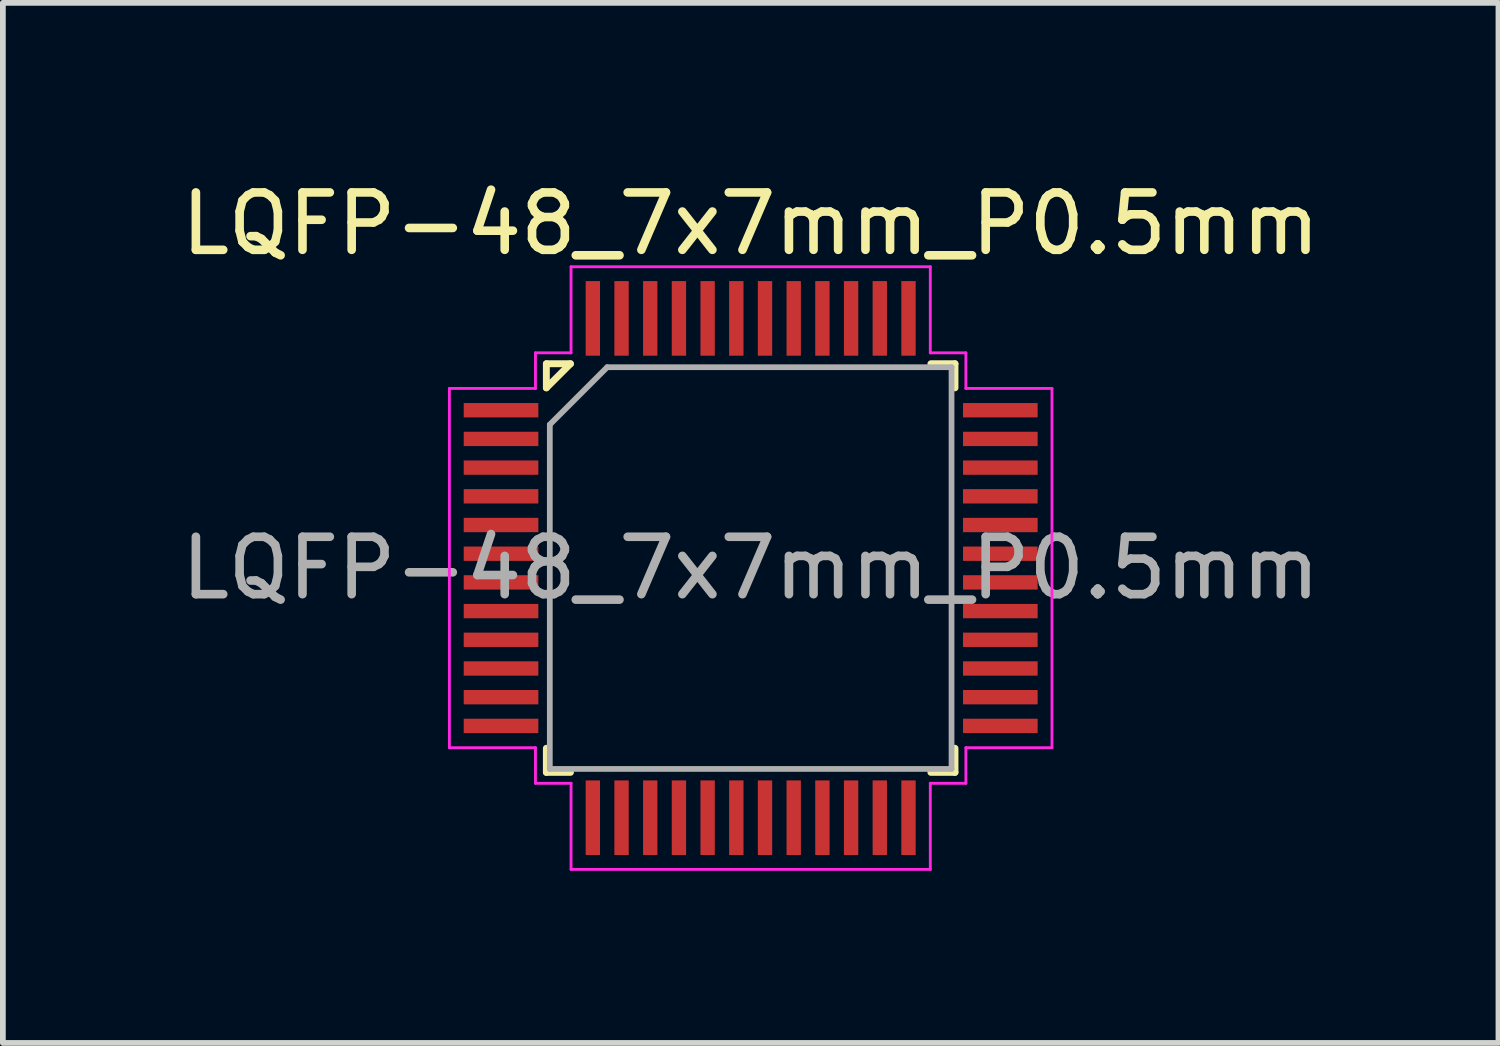
<source format=kicad_pcb>
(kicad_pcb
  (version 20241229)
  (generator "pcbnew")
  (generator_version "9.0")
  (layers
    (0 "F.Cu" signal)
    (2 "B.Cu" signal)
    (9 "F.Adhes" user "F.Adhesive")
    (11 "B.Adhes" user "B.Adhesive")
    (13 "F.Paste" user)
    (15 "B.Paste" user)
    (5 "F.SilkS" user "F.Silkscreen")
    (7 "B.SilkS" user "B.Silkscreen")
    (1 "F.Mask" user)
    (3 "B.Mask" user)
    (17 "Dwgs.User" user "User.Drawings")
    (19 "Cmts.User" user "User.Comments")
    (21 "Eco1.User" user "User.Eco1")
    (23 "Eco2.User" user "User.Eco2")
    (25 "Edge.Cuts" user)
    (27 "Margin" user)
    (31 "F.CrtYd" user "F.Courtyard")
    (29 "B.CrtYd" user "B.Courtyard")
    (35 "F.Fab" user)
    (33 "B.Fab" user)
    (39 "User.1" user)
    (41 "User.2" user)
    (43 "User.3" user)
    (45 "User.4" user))
  (footprint "LQFP-48_7x7mm_P0.5mm"
    (layer "F.Cu")
    (at 10.03 6.848)
    (property "Reference" "LQFP-48_7x7mm_P0.5mm" (at 0 -6 0) (layer "F.SilkS") (effects (font (size 1 1) (thickness 0.15))))
    (attr smd)
    (fp_line (start -3.56 -3.56) (end -3.56 -3.14) (stroke (width 0.12) (type solid)) (layer "F.SilkS"))
    (fp_line (start -3.56 -3.56) (end -3.14 -3.56) (stroke (width 0.12) (type solid)) (layer "F.SilkS"))
    (fp_line (start -3.56 -3.14) (end -3.14 -3.56) (stroke (width 0.12) (type solid)) (layer "F.SilkS"))
    (fp_line (start -3.56 3.56) (end -3.56 3.14) (stroke (width 0.12) (type solid)) (layer "F.SilkS"))
    (fp_line (start -3.56 3.56) (end -3.14 3.56) (stroke (width 0.12) (type solid)) (layer "F.SilkS"))
    (fp_line (start 3.56 -3.56) (end 3.14 -3.56) (stroke (width 0.12) (type solid)) (layer "F.SilkS"))
    (fp_line (start 3.56 -3.56) (end 3.56 -3.14) (stroke (width 0.12) (type solid)) (layer "F.SilkS"))
    (fp_line (start 3.56 3.56) (end 3.14 3.56) (stroke (width 0.12) (type solid)) (layer "F.SilkS"))
    (fp_line (start 3.56 3.56) (end 3.56 3.14) (stroke (width 0.12) (type solid)) (layer "F.SilkS"))
    (fp_line (start -5.25 -3.13) (end -5.25 3.13) (stroke (width 0.05) (type solid)) (layer "F.CrtYd"))
    (fp_line (start -3.75 -3.13) (end -5.25 -3.13) (stroke (width 0.05) (type solid)) (layer "F.CrtYd"))
    (fp_line (start -3.75 -3.13) (end -3.75 -3.75) (stroke (width 0.05) (type solid)) (layer "F.CrtYd"))
    (fp_line (start -3.75 3.13) (end -5.25 3.13) (stroke (width 0.05) (type solid)) (layer "F.CrtYd"))
    (fp_line (start -3.75 3.13) (end -3.75 3.75) (stroke (width 0.05) (type solid)) (layer "F.CrtYd"))
    (fp_line (start -3.13 -5.25) (end 3.13 -5.25) (stroke (width 0.05) (type solid)) (layer "F.CrtYd"))
    (fp_line (start -3.13 -3.75) (end -3.75 -3.75) (stroke (width 0.05) (type solid)) (layer "F.CrtYd"))
    (fp_line (start -3.13 -3.75) (end -3.13 -5.25) (stroke (width 0.05) (type solid)) (layer "F.CrtYd"))
    (fp_line (start -3.13 3.75) (end -3.75 3.75) (stroke (width 0.05) (type solid)) (layer "F.CrtYd"))
    (fp_line (start -3.13 3.75) (end -3.13 5.25) (stroke (width 0.05) (type solid)) (layer "F.CrtYd"))
    (fp_line (start -3.13 5.25) (end 3.13 5.25) (stroke (width 0.05) (type solid)) (layer "F.CrtYd"))
    (fp_line (start 3.13 -3.75) (end 3.13 -5.25) (stroke (width 0.05) (type solid)) (layer "F.CrtYd"))
    (fp_line (start 3.13 -3.75) (end 3.75 -3.75) (stroke (width 0.05) (type solid)) (layer "F.CrtYd"))
    (fp_line (start 3.13 3.75) (end 3.75 3.75) (stroke (width 0.05) (type solid)) (layer "F.CrtYd"))
    (fp_line (start 3.13 5.25) (end 3.13 3.75) (stroke (width 0.05) (type solid)) (layer "F.CrtYd"))
    (fp_line (start 3.75 -3.13) (end 3.75 -3.75) (stroke (width 0.05) (type solid)) (layer "F.CrtYd"))
    (fp_line (start 3.75 -3.13) (end 5.25 -3.13) (stroke (width 0.05) (type solid)) (layer "F.CrtYd"))
    (fp_line (start 3.75 3.13) (end 3.75 3.75) (stroke (width 0.05) (type solid)) (layer "F.CrtYd"))
    (fp_line (start 3.75 3.13) (end 5.25 3.13) (stroke (width 0.05) (type solid)) (layer "F.CrtYd"))
    (fp_line (start 5.25 -3.13) (end 5.25 3.13) (stroke (width 0.05) (type solid)) (layer "F.CrtYd"))
    (fp_line (start -3.5 -2.5) (end -2.5 -3.5) (stroke (width 0.1) (type solid)) (layer "F.Fab"))
    (fp_line (start -3.5 3.5) (end -3.5 -2.5) (stroke (width 0.1) (type solid)) (layer "F.Fab"))
    (fp_line (start -2.5 -3.5) (end 3.5 -3.5) (stroke (width 0.1) (type solid)) (layer "F.Fab"))
    (fp_line (start 3.5 -3.5) (end 3.5 3.5) (stroke (width 0.1) (type solid)) (layer "F.Fab"))
    (fp_line (start 3.5 3.5) (end -3.5 3.5) (stroke (width 0.1) (type solid)) (layer "F.Fab"))
    (fp_text user "${REFERENCE}" (at 0 0 0) (layer "F.Fab") (effects (font (size 1 1) (thickness 0.15))))
    (pad "1" smd rect (at -4.35 -2.75) (size 1.3 0.25) (layers "F.Cu" "F.Mask" "F.Paste"))
    (pad "2" smd rect (at -4.35 -2.25) (size 1.3 0.25) (layers "F.Cu" "F.Mask" "F.Paste"))
    (pad "3" smd rect (at -4.35 -1.75) (size 1.3 0.25) (layers "F.Cu" "F.Mask" "F.Paste"))
    (pad "4" smd rect (at -4.35 -1.25) (size 1.3 0.25) (layers "F.Cu" "F.Mask" "F.Paste"))
    (pad "5" smd rect (at -4.35 -0.75) (size 1.3 0.25) (layers "F.Cu" "F.Mask" "F.Paste"))
    (pad "6" smd rect (at -4.35 -0.25) (size 1.3 0.25) (layers "F.Cu" "F.Mask" "F.Paste"))
    (pad "7" smd rect (at -4.35 0.25) (size 1.3 0.25) (layers "F.Cu" "F.Mask" "F.Paste"))
    (pad "8" smd rect (at -4.35 0.75) (size 1.3 0.25) (layers "F.Cu" "F.Mask" "F.Paste"))
    (pad "9" smd rect (at -4.35 1.25) (size 1.3 0.25) (layers "F.Cu" "F.Mask" "F.Paste"))
    (pad "10" smd rect (at -4.35 1.75) (size 1.3 0.25) (layers "F.Cu" "F.Mask" "F.Paste"))
    (pad "11" smd rect (at -4.35 2.25) (size 1.3 0.25) (layers "F.Cu" "F.Mask" "F.Paste"))
    (pad "12" smd rect (at -4.35 2.75) (size 1.3 0.25) (layers "F.Cu" "F.Mask" "F.Paste"))
    (pad "13" smd rect (at -2.75 4.35 90) (size 1.3 0.25) (layers "F.Cu" "F.Mask" "F.Paste"))
    (pad "14" smd rect (at -2.25 4.35 90) (size 1.3 0.25) (layers "F.Cu" "F.Mask" "F.Paste"))
    (pad "15" smd rect (at -1.75 4.35 90) (size 1.3 0.25) (layers "F.Cu" "F.Mask" "F.Paste"))
    (pad "16" smd rect (at -1.25 4.35 90) (size 1.3 0.25) (layers "F.Cu" "F.Mask" "F.Paste"))
    (pad "17" smd rect (at -0.75 4.35 90) (size 1.3 0.25) (layers "F.Cu" "F.Mask" "F.Paste"))
    (pad "18" smd rect (at -0.25 4.35 90) (size 1.3 0.25) (layers "F.Cu" "F.Mask" "F.Paste"))
    (pad "19" smd rect (at 0.25 4.35 90) (size 1.3 0.25) (layers "F.Cu" "F.Mask" "F.Paste"))
    (pad "20" smd rect (at 0.75 4.35 90) (size 1.3 0.25) (layers "F.Cu" "F.Mask" "F.Paste"))
    (pad "21" smd rect (at 1.25 4.35 90) (size 1.3 0.25) (layers "F.Cu" "F.Mask" "F.Paste"))
    (pad "22" smd rect (at 1.75 4.35 90) (size 1.3 0.25) (layers "F.Cu" "F.Mask" "F.Paste"))
    (pad "23" smd rect (at 2.25 4.35 90) (size 1.3 0.25) (layers "F.Cu" "F.Mask" "F.Paste"))
    (pad "24" smd rect (at 2.75 4.35 90) (size 1.3 0.25) (layers "F.Cu" "F.Mask" "F.Paste"))
    (pad "25" smd rect (at 4.35 2.75) (size 1.3 0.25) (layers "F.Cu" "F.Mask" "F.Paste"))
    (pad "26" smd rect (at 4.35 2.25) (size 1.3 0.25) (layers "F.Cu" "F.Mask" "F.Paste"))
    (pad "27" smd rect (at 4.35 1.75) (size 1.3 0.25) (layers "F.Cu" "F.Mask" "F.Paste"))
    (pad "28" smd rect (at 4.35 1.25) (size 1.3 0.25) (layers "F.Cu" "F.Mask" "F.Paste"))
    (pad "29" smd rect (at 4.35 0.75) (size 1.3 0.25) (layers "F.Cu" "F.Mask" "F.Paste"))
    (pad "30" smd rect (at 4.35 0.25) (size 1.3 0.25) (layers "F.Cu" "F.Mask" "F.Paste"))
    (pad "31" smd rect (at 4.35 -0.25) (size 1.3 0.25) (layers "F.Cu" "F.Mask" "F.Paste"))
    (pad "32" smd rect (at 4.35 -0.75) (size 1.3 0.25) (layers "F.Cu" "F.Mask" "F.Paste"))
    (pad "33" smd rect (at 4.35 -1.25) (size 1.3 0.25) (layers "F.Cu" "F.Mask" "F.Paste"))
    (pad "34" smd rect (at 4.35 -1.75) (size 1.3 0.25) (layers "F.Cu" "F.Mask" "F.Paste"))
    (pad "35" smd rect (at 4.35 -2.25) (size 1.3 0.25) (layers "F.Cu" "F.Mask" "F.Paste"))
    (pad "36" smd rect (at 4.35 -2.75) (size 1.3 0.25) (layers "F.Cu" "F.Mask" "F.Paste"))
    (pad "37" smd rect (at 2.75 -4.35 90) (size 1.3 0.25) (layers "F.Cu" "F.Mask" "F.Paste"))
    (pad "38" smd rect (at 2.25 -4.35 90) (size 1.3 0.25) (layers "F.Cu" "F.Mask" "F.Paste"))
    (pad "39" smd rect (at 1.75 -4.35 90) (size 1.3 0.25) (layers "F.Cu" "F.Mask" "F.Paste"))
    (pad "40" smd rect (at 1.25 -4.35 90) (size 1.3 0.25) (layers "F.Cu" "F.Mask" "F.Paste"))
    (pad "41" smd rect (at 0.75 -4.35 90) (size 1.3 0.25) (layers "F.Cu" "F.Mask" "F.Paste"))
    (pad "42" smd rect (at 0.25 -4.35 90) (size 1.3 0.25) (layers "F.Cu" "F.Mask" "F.Paste"))
    (pad "43" smd rect (at -0.25 -4.35 90) (size 1.3 0.25) (layers "F.Cu" "F.Mask" "F.Paste"))
    (pad "44" smd rect (at -0.75 -4.35 90) (size 1.3 0.25) (layers "F.Cu" "F.Mask" "F.Paste"))
    (pad "45" smd rect (at -1.25 -4.35 90) (size 1.3 0.25) (layers "F.Cu" "F.Mask" "F.Paste"))
    (pad "46" smd rect (at -1.75 -4.35 90) (size 1.3 0.25) (layers "F.Cu" "F.Mask" "F.Paste"))
    (pad "47" smd rect (at -2.25 -4.35 90) (size 1.3 0.25) (layers "F.Cu" "F.Mask" "F.Paste"))
    (pad "48" smd rect (at -2.75 -4.35 90) (size 1.3 0.25) (layers "F.Cu" "F.Mask" "F.Paste")))
  (gr_rect
    (start -3 -3)
    (end 23.06 15.123)
    (stroke (width 0.1) (type default))
    (fill no)
    (layer "Edge.Cuts")))
</source>
